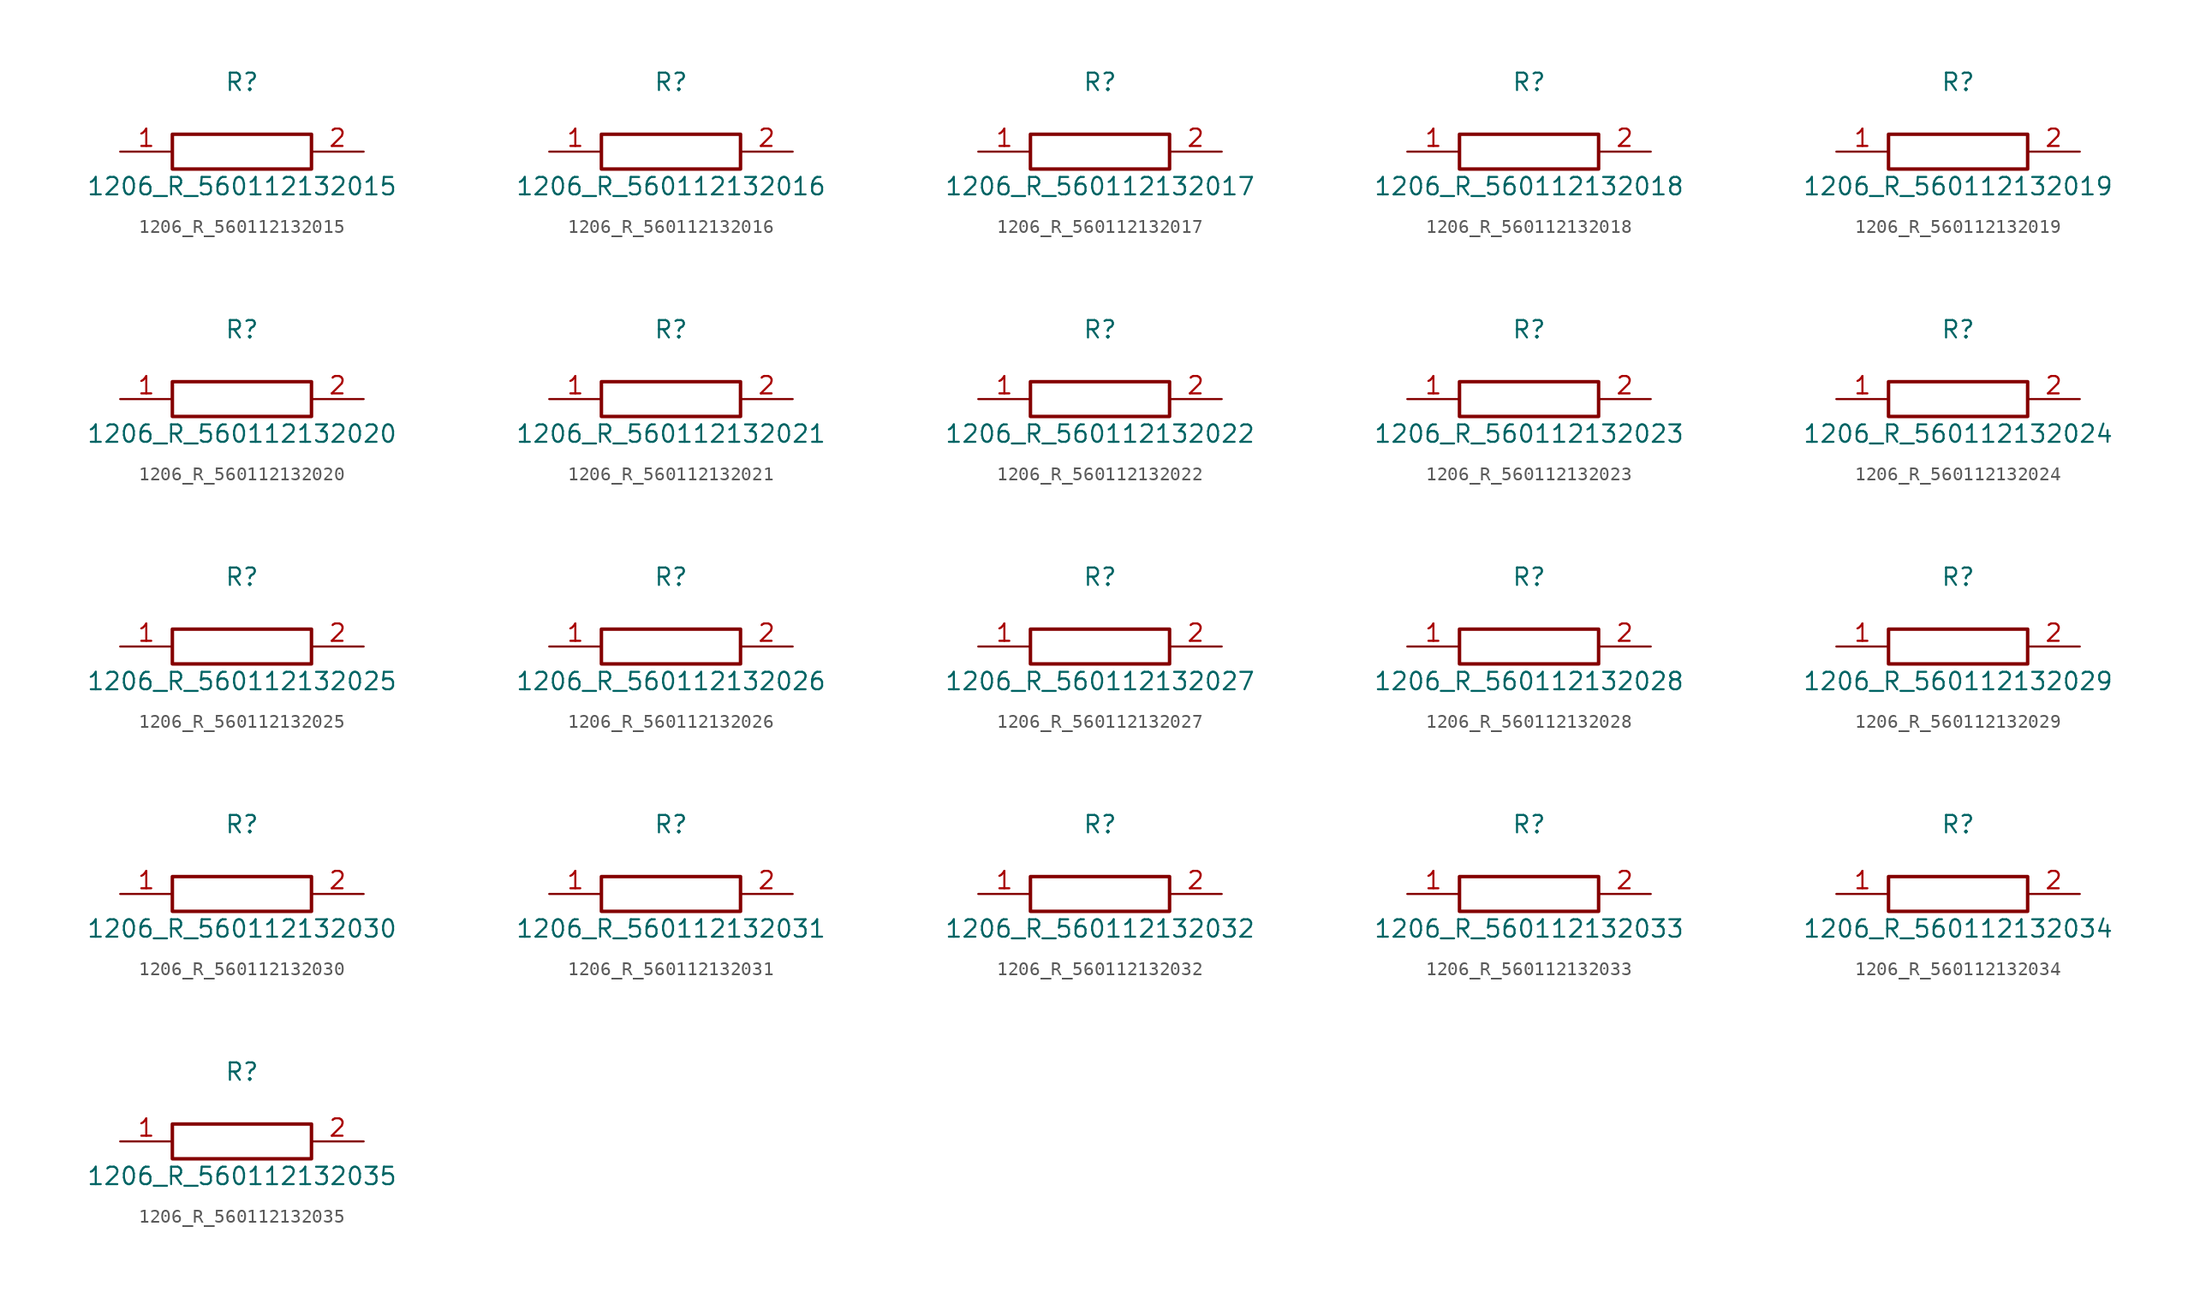
<source format=kicad_sym>
(kicad_symbol_lib
  (version 20211014)
  (generator kicad_symbol_editor)
  (symbol "Resistor_Wurth_WRIS-RSKS:1206_R_560112132015"
    (pin_names hide)
    (property "Reference" "R"
      (at 0 5.08 0)
      (effects (font (size 1.27 1.27))))
    (property "Value" "1206_R_560112132015"
      (at 0 -2.54 0)
      (effects (font (size 1.27 1.27))))
    (symbol "1206_R_560112132015_0_1"
      (rectangle (start -5.08 1.27) (end 5.08 -1.27) (stroke (width 0.254) (type solid)) (fill (type none)))
      (pin passive line (at -8.89 0 0) (length 3.81) (name "1" (effects (font (size 1.27 1.27)))) (number "1" (effects (font (size 1.27 1.27)))))
      (pin passive line (at 8.89 0 180) (length 3.81) (name "2" (effects (font (size 1.27 1.27)))) (number "2" (effects (font (size 1.27 1.27)))))))
  (symbol "Resistor_Wurth_WRIS-RSKS:1206_R_560112132016"
    (pin_names hide)
    (property "Reference" "R"
      (at 0 5.08 0)
      (effects (font (size 1.27 1.27))))
    (property "Value" "1206_R_560112132016"
      (at 0 -2.54 0)
      (effects (font (size 1.27 1.27))))
    (symbol "1206_R_560112132016_0_1"
      (rectangle (start -5.08 1.27) (end 5.08 -1.27) (stroke (width 0.254) (type solid)) (fill (type none)))
      (pin passive line (at -8.89 0 0) (length 3.81) (name "1" (effects (font (size 1.27 1.27)))) (number "1" (effects (font (size 1.27 1.27)))))
      (pin passive line (at 8.89 0 180) (length 3.81) (name "2" (effects (font (size 1.27 1.27)))) (number "2" (effects (font (size 1.27 1.27)))))))
  (symbol "Resistor_Wurth_WRIS-RSKS:1206_R_560112132017"
    (pin_names hide)
    (property "Reference" "R"
      (at 0 5.08 0)
      (effects (font (size 1.27 1.27))))
    (property "Value" "1206_R_560112132017"
      (at 0 -2.54 0)
      (effects (font (size 1.27 1.27))))
    (symbol "1206_R_560112132017_0_1"
      (rectangle (start -5.08 1.27) (end 5.08 -1.27) (stroke (width 0.254) (type solid)) (fill (type none)))
      (pin passive line (at -8.89 0 0) (length 3.81) (name "1" (effects (font (size 1.27 1.27)))) (number "1" (effects (font (size 1.27 1.27)))))
      (pin passive line (at 8.89 0 180) (length 3.81) (name "2" (effects (font (size 1.27 1.27)))) (number "2" (effects (font (size 1.27 1.27)))))))
  (symbol "Resistor_Wurth_WRIS-RSKS:1206_R_560112132018"
    (pin_names hide)
    (property "Reference" "R"
      (at 0 5.08 0)
      (effects (font (size 1.27 1.27))))
    (property "Value" "1206_R_560112132018"
      (at 0 -2.54 0)
      (effects (font (size 1.27 1.27))))
    (symbol "1206_R_560112132018_0_1"
      (rectangle (start -5.08 1.27) (end 5.08 -1.27) (stroke (width 0.254) (type solid)) (fill (type none)))
      (pin passive line (at -8.89 0 0) (length 3.81) (name "1" (effects (font (size 1.27 1.27)))) (number "1" (effects (font (size 1.27 1.27)))))
      (pin passive line (at 8.89 0 180) (length 3.81) (name "2" (effects (font (size 1.27 1.27)))) (number "2" (effects (font (size 1.27 1.27)))))))
  (symbol "Resistor_Wurth_WRIS-RSKS:1206_R_560112132019"
    (pin_names hide)
    (property "Reference" "R"
      (at 0 5.08 0)
      (effects (font (size 1.27 1.27))))
    (property "Value" "1206_R_560112132019"
      (at 0 -2.54 0)
      (effects (font (size 1.27 1.27))))
    (symbol "1206_R_560112132019_0_1"
      (rectangle (start -5.08 1.27) (end 5.08 -1.27) (stroke (width 0.254) (type solid)) (fill (type none)))
      (pin passive line (at -8.89 0 0) (length 3.81) (name "1" (effects (font (size 1.27 1.27)))) (number "1" (effects (font (size 1.27 1.27)))))
      (pin passive line (at 8.89 0 180) (length 3.81) (name "2" (effects (font (size 1.27 1.27)))) (number "2" (effects (font (size 1.27 1.27)))))))
  (symbol "Resistor_Wurth_WRIS-RSKS:1206_R_560112132020"
    (pin_names hide)
    (property "Reference" "R"
      (at 0 5.08 0)
      (effects (font (size 1.27 1.27))))
    (property "Value" "1206_R_560112132020"
      (at 0 -2.54 0)
      (effects (font (size 1.27 1.27))))
    (symbol "1206_R_560112132020_0_1"
      (rectangle (start -5.08 1.27) (end 5.08 -1.27) (stroke (width 0.254) (type solid)) (fill (type none)))
      (pin passive line (at -8.89 0 0) (length 3.81) (name "1" (effects (font (size 1.27 1.27)))) (number "1" (effects (font (size 1.27 1.27)))))
      (pin passive line (at 8.89 0 180) (length 3.81) (name "2" (effects (font (size 1.27 1.27)))) (number "2" (effects (font (size 1.27 1.27)))))))
  (symbol "Resistor_Wurth_WRIS-RSKS:1206_R_560112132021"
    (pin_names hide)
    (property "Reference" "R"
      (at 0 5.08 0)
      (effects (font (size 1.27 1.27))))
    (property "Value" "1206_R_560112132021"
      (at 0 -2.54 0)
      (effects (font (size 1.27 1.27))))
    (symbol "1206_R_560112132021_0_1"
      (rectangle (start -5.08 1.27) (end 5.08 -1.27) (stroke (width 0.254) (type solid)) (fill (type none)))
      (pin passive line (at -8.89 0 0) (length 3.81) (name "1" (effects (font (size 1.27 1.27)))) (number "1" (effects (font (size 1.27 1.27)))))
      (pin passive line (at 8.89 0 180) (length 3.81) (name "2" (effects (font (size 1.27 1.27)))) (number "2" (effects (font (size 1.27 1.27)))))))
  (symbol "Resistor_Wurth_WRIS-RSKS:1206_R_560112132022"
    (pin_names hide)
    (property "Reference" "R"
      (at 0 5.08 0)
      (effects (font (size 1.27 1.27))))
    (property "Value" "1206_R_560112132022"
      (at 0 -2.54 0)
      (effects (font (size 1.27 1.27))))
    (symbol "1206_R_560112132022_0_1"
      (rectangle (start -5.08 1.27) (end 5.08 -1.27) (stroke (width 0.254) (type solid)) (fill (type none)))
      (pin passive line (at -8.89 0 0) (length 3.81) (name "1" (effects (font (size 1.27 1.27)))) (number "1" (effects (font (size 1.27 1.27)))))
      (pin passive line (at 8.89 0 180) (length 3.81) (name "2" (effects (font (size 1.27 1.27)))) (number "2" (effects (font (size 1.27 1.27)))))))
  (symbol "Resistor_Wurth_WRIS-RSKS:1206_R_560112132023"
    (pin_names hide)
    (property "Reference" "R"
      (at 0 5.08 0)
      (effects (font (size 1.27 1.27))))
    (property "Value" "1206_R_560112132023"
      (at 0 -2.54 0)
      (effects (font (size 1.27 1.27))))
    (symbol "1206_R_560112132023_0_1"
      (rectangle (start -5.08 1.27) (end 5.08 -1.27) (stroke (width 0.254) (type solid)) (fill (type none)))
      (pin passive line (at -8.89 0 0) (length 3.81) (name "1" (effects (font (size 1.27 1.27)))) (number "1" (effects (font (size 1.27 1.27)))))
      (pin passive line (at 8.89 0 180) (length 3.81) (name "2" (effects (font (size 1.27 1.27)))) (number "2" (effects (font (size 1.27 1.27)))))))
  (symbol "Resistor_Wurth_WRIS-RSKS:1206_R_560112132024"
    (pin_names hide)
    (property "Reference" "R"
      (at 0 5.08 0)
      (effects (font (size 1.27 1.27))))
    (property "Value" "1206_R_560112132024"
      (at 0 -2.54 0)
      (effects (font (size 1.27 1.27))))
    (symbol "1206_R_560112132024_0_1"
      (rectangle (start -5.08 1.27) (end 5.08 -1.27) (stroke (width 0.254) (type solid)) (fill (type none)))
      (pin passive line (at -8.89 0 0) (length 3.81) (name "1" (effects (font (size 1.27 1.27)))) (number "1" (effects (font (size 1.27 1.27)))))
      (pin passive line (at 8.89 0 180) (length 3.81) (name "2" (effects (font (size 1.27 1.27)))) (number "2" (effects (font (size 1.27 1.27)))))))
  (symbol "Resistor_Wurth_WRIS-RSKS:1206_R_560112132025"
    (pin_names hide)
    (property "Reference" "R"
      (at 0 5.08 0)
      (effects (font (size 1.27 1.27))))
    (property "Value" "1206_R_560112132025"
      (at 0 -2.54 0)
      (effects (font (size 1.27 1.27))))
    (symbol "1206_R_560112132025_0_1"
      (rectangle (start -5.08 1.27) (end 5.08 -1.27) (stroke (width 0.254) (type solid)) (fill (type none)))
      (pin passive line (at -8.89 0 0) (length 3.81) (name "1" (effects (font (size 1.27 1.27)))) (number "1" (effects (font (size 1.27 1.27)))))
      (pin passive line (at 8.89 0 180) (length 3.81) (name "2" (effects (font (size 1.27 1.27)))) (number "2" (effects (font (size 1.27 1.27)))))))
  (symbol "Resistor_Wurth_WRIS-RSKS:1206_R_560112132026"
    (pin_names hide)
    (property "Reference" "R"
      (at 0 5.08 0)
      (effects (font (size 1.27 1.27))))
    (property "Value" "1206_R_560112132026"
      (at 0 -2.54 0)
      (effects (font (size 1.27 1.27))))
    (symbol "1206_R_560112132026_0_1"
      (rectangle (start -5.08 1.27) (end 5.08 -1.27) (stroke (width 0.254) (type solid)) (fill (type none)))
      (pin passive line (at -8.89 0 0) (length 3.81) (name "1" (effects (font (size 1.27 1.27)))) (number "1" (effects (font (size 1.27 1.27)))))
      (pin passive line (at 8.89 0 180) (length 3.81) (name "2" (effects (font (size 1.27 1.27)))) (number "2" (effects (font (size 1.27 1.27)))))))
  (symbol "Resistor_Wurth_WRIS-RSKS:1206_R_560112132027"
    (pin_names hide)
    (property "Reference" "R"
      (at 0 5.08 0)
      (effects (font (size 1.27 1.27))))
    (property "Value" "1206_R_560112132027"
      (at 0 -2.54 0)
      (effects (font (size 1.27 1.27))))
    (symbol "1206_R_560112132027_0_1"
      (rectangle (start -5.08 1.27) (end 5.08 -1.27) (stroke (width 0.254) (type solid)) (fill (type none)))
      (pin passive line (at -8.89 0 0) (length 3.81) (name "1" (effects (font (size 1.27 1.27)))) (number "1" (effects (font (size 1.27 1.27)))))
      (pin passive line (at 8.89 0 180) (length 3.81) (name "2" (effects (font (size 1.27 1.27)))) (number "2" (effects (font (size 1.27 1.27)))))))
  (symbol "Resistor_Wurth_WRIS-RSKS:1206_R_560112132028"
    (pin_names hide)
    (property "Reference" "R"
      (at 0 5.08 0)
      (effects (font (size 1.27 1.27))))
    (property "Value" "1206_R_560112132028"
      (at 0 -2.54 0)
      (effects (font (size 1.27 1.27))))
    (symbol "1206_R_560112132028_0_1"
      (rectangle (start -5.08 1.27) (end 5.08 -1.27) (stroke (width 0.254) (type solid)) (fill (type none)))
      (pin passive line (at -8.89 0 0) (length 3.81) (name "1" (effects (font (size 1.27 1.27)))) (number "1" (effects (font (size 1.27 1.27)))))
      (pin passive line (at 8.89 0 180) (length 3.81) (name "2" (effects (font (size 1.27 1.27)))) (number "2" (effects (font (size 1.27 1.27)))))))
  (symbol "Resistor_Wurth_WRIS-RSKS:1206_R_560112132029"
    (pin_names hide)
    (property "Reference" "R"
      (at 0 5.08 0)
      (effects (font (size 1.27 1.27))))
    (property "Value" "1206_R_560112132029"
      (at 0 -2.54 0)
      (effects (font (size 1.27 1.27))))
    (symbol "1206_R_560112132029_0_1"
      (rectangle (start -5.08 1.27) (end 5.08 -1.27) (stroke (width 0.254) (type solid)) (fill (type none)))
      (pin passive line (at -8.89 0 0) (length 3.81) (name "1" (effects (font (size 1.27 1.27)))) (number "1" (effects (font (size 1.27 1.27)))))
      (pin passive line (at 8.89 0 180) (length 3.81) (name "2" (effects (font (size 1.27 1.27)))) (number "2" (effects (font (size 1.27 1.27)))))))
  (symbol "Resistor_Wurth_WRIS-RSKS:1206_R_560112132030"
    (pin_names hide)
    (property "Reference" "R"
      (at 0 5.08 0)
      (effects (font (size 1.27 1.27))))
    (property "Value" "1206_R_560112132030"
      (at 0 -2.54 0)
      (effects (font (size 1.27 1.27))))
    (symbol "1206_R_560112132030_0_1"
      (rectangle (start -5.08 1.27) (end 5.08 -1.27) (stroke (width 0.254) (type solid)) (fill (type none)))
      (pin passive line (at -8.89 0 0) (length 3.81) (name "1" (effects (font (size 1.27 1.27)))) (number "1" (effects (font (size 1.27 1.27)))))
      (pin passive line (at 8.89 0 180) (length 3.81) (name "2" (effects (font (size 1.27 1.27)))) (number "2" (effects (font (size 1.27 1.27)))))))
  (symbol "Resistor_Wurth_WRIS-RSKS:1206_R_560112132031"
    (pin_names hide)
    (property "Reference" "R"
      (at 0 5.08 0)
      (effects (font (size 1.27 1.27))))
    (property "Value" "1206_R_560112132031"
      (at 0 -2.54 0)
      (effects (font (size 1.27 1.27))))
    (symbol "1206_R_560112132031_0_1"
      (rectangle (start -5.08 1.27) (end 5.08 -1.27) (stroke (width 0.254) (type solid)) (fill (type none)))
      (pin passive line (at -8.89 0 0) (length 3.81) (name "1" (effects (font (size 1.27 1.27)))) (number "1" (effects (font (size 1.27 1.27)))))
      (pin passive line (at 8.89 0 180) (length 3.81) (name "2" (effects (font (size 1.27 1.27)))) (number "2" (effects (font (size 1.27 1.27)))))))
  (symbol "Resistor_Wurth_WRIS-RSKS:1206_R_560112132032"
    (pin_names hide)
    (property "Reference" "R"
      (at 0 5.08 0)
      (effects (font (size 1.27 1.27))))
    (property "Value" "1206_R_560112132032"
      (at 0 -2.54 0)
      (effects (font (size 1.27 1.27))))
    (symbol "1206_R_560112132032_0_1"
      (rectangle (start -5.08 1.27) (end 5.08 -1.27) (stroke (width 0.254) (type solid)) (fill (type none)))
      (pin passive line (at -8.89 0 0) (length 3.81) (name "1" (effects (font (size 1.27 1.27)))) (number "1" (effects (font (size 1.27 1.27)))))
      (pin passive line (at 8.89 0 180) (length 3.81) (name "2" (effects (font (size 1.27 1.27)))) (number "2" (effects (font (size 1.27 1.27)))))))
  (symbol "Resistor_Wurth_WRIS-RSKS:1206_R_560112132033"
    (pin_names hide)
    (property "Reference" "R"
      (at 0 5.08 0)
      (effects (font (size 1.27 1.27))))
    (property "Value" "1206_R_560112132033"
      (at 0 -2.54 0)
      (effects (font (size 1.27 1.27))))
    (symbol "1206_R_560112132033_0_1"
      (rectangle (start -5.08 1.27) (end 5.08 -1.27) (stroke (width 0.254) (type solid)) (fill (type none)))
      (pin passive line (at -8.89 0 0) (length 3.81) (name "1" (effects (font (size 1.27 1.27)))) (number "1" (effects (font (size 1.27 1.27)))))
      (pin passive line (at 8.89 0 180) (length 3.81) (name "2" (effects (font (size 1.27 1.27)))) (number "2" (effects (font (size 1.27 1.27)))))))
  (symbol "Resistor_Wurth_WRIS-RSKS:1206_R_560112132034"
    (pin_names hide)
    (property "Reference" "R"
      (at 0 5.08 0)
      (effects (font (size 1.27 1.27))))
    (property "Value" "1206_R_560112132034"
      (at 0 -2.54 0)
      (effects (font (size 1.27 1.27))))
    (symbol "1206_R_560112132034_0_1"
      (rectangle (start -5.08 1.27) (end 5.08 -1.27) (stroke (width 0.254) (type solid)) (fill (type none)))
      (pin passive line (at -8.89 0 0) (length 3.81) (name "1" (effects (font (size 1.27 1.27)))) (number "1" (effects (font (size 1.27 1.27)))))
      (pin passive line (at 8.89 0 180) (length 3.81) (name "2" (effects (font (size 1.27 1.27)))) (number "2" (effects (font (size 1.27 1.27)))))))
  (symbol "Resistor_Wurth_WRIS-RSKS:1206_R_560112132035"
    (pin_names hide)
    (property "Reference" "R"
      (at 0 5.08 0)
      (effects (font (size 1.27 1.27))))
    (property "Value" "1206_R_560112132035"
      (at 0 -2.54 0)
      (effects (font (size 1.27 1.27))))
    (symbol "1206_R_560112132035_0_1"
      (rectangle (start -5.08 1.27) (end 5.08 -1.27) (stroke (width 0.254) (type solid)) (fill (type none)))
      (pin passive line (at -8.89 0 0) (length 3.81) (name "1" (effects (font (size 1.27 1.27)))) (number "1" (effects (font (size 1.27 1.27)))))
      (pin passive line (at 8.89 0 180) (length 3.81) (name "2" (effects (font (size 1.27 1.27)))) (number "2" (effects (font (size 1.27 1.27))))))))
</source>
